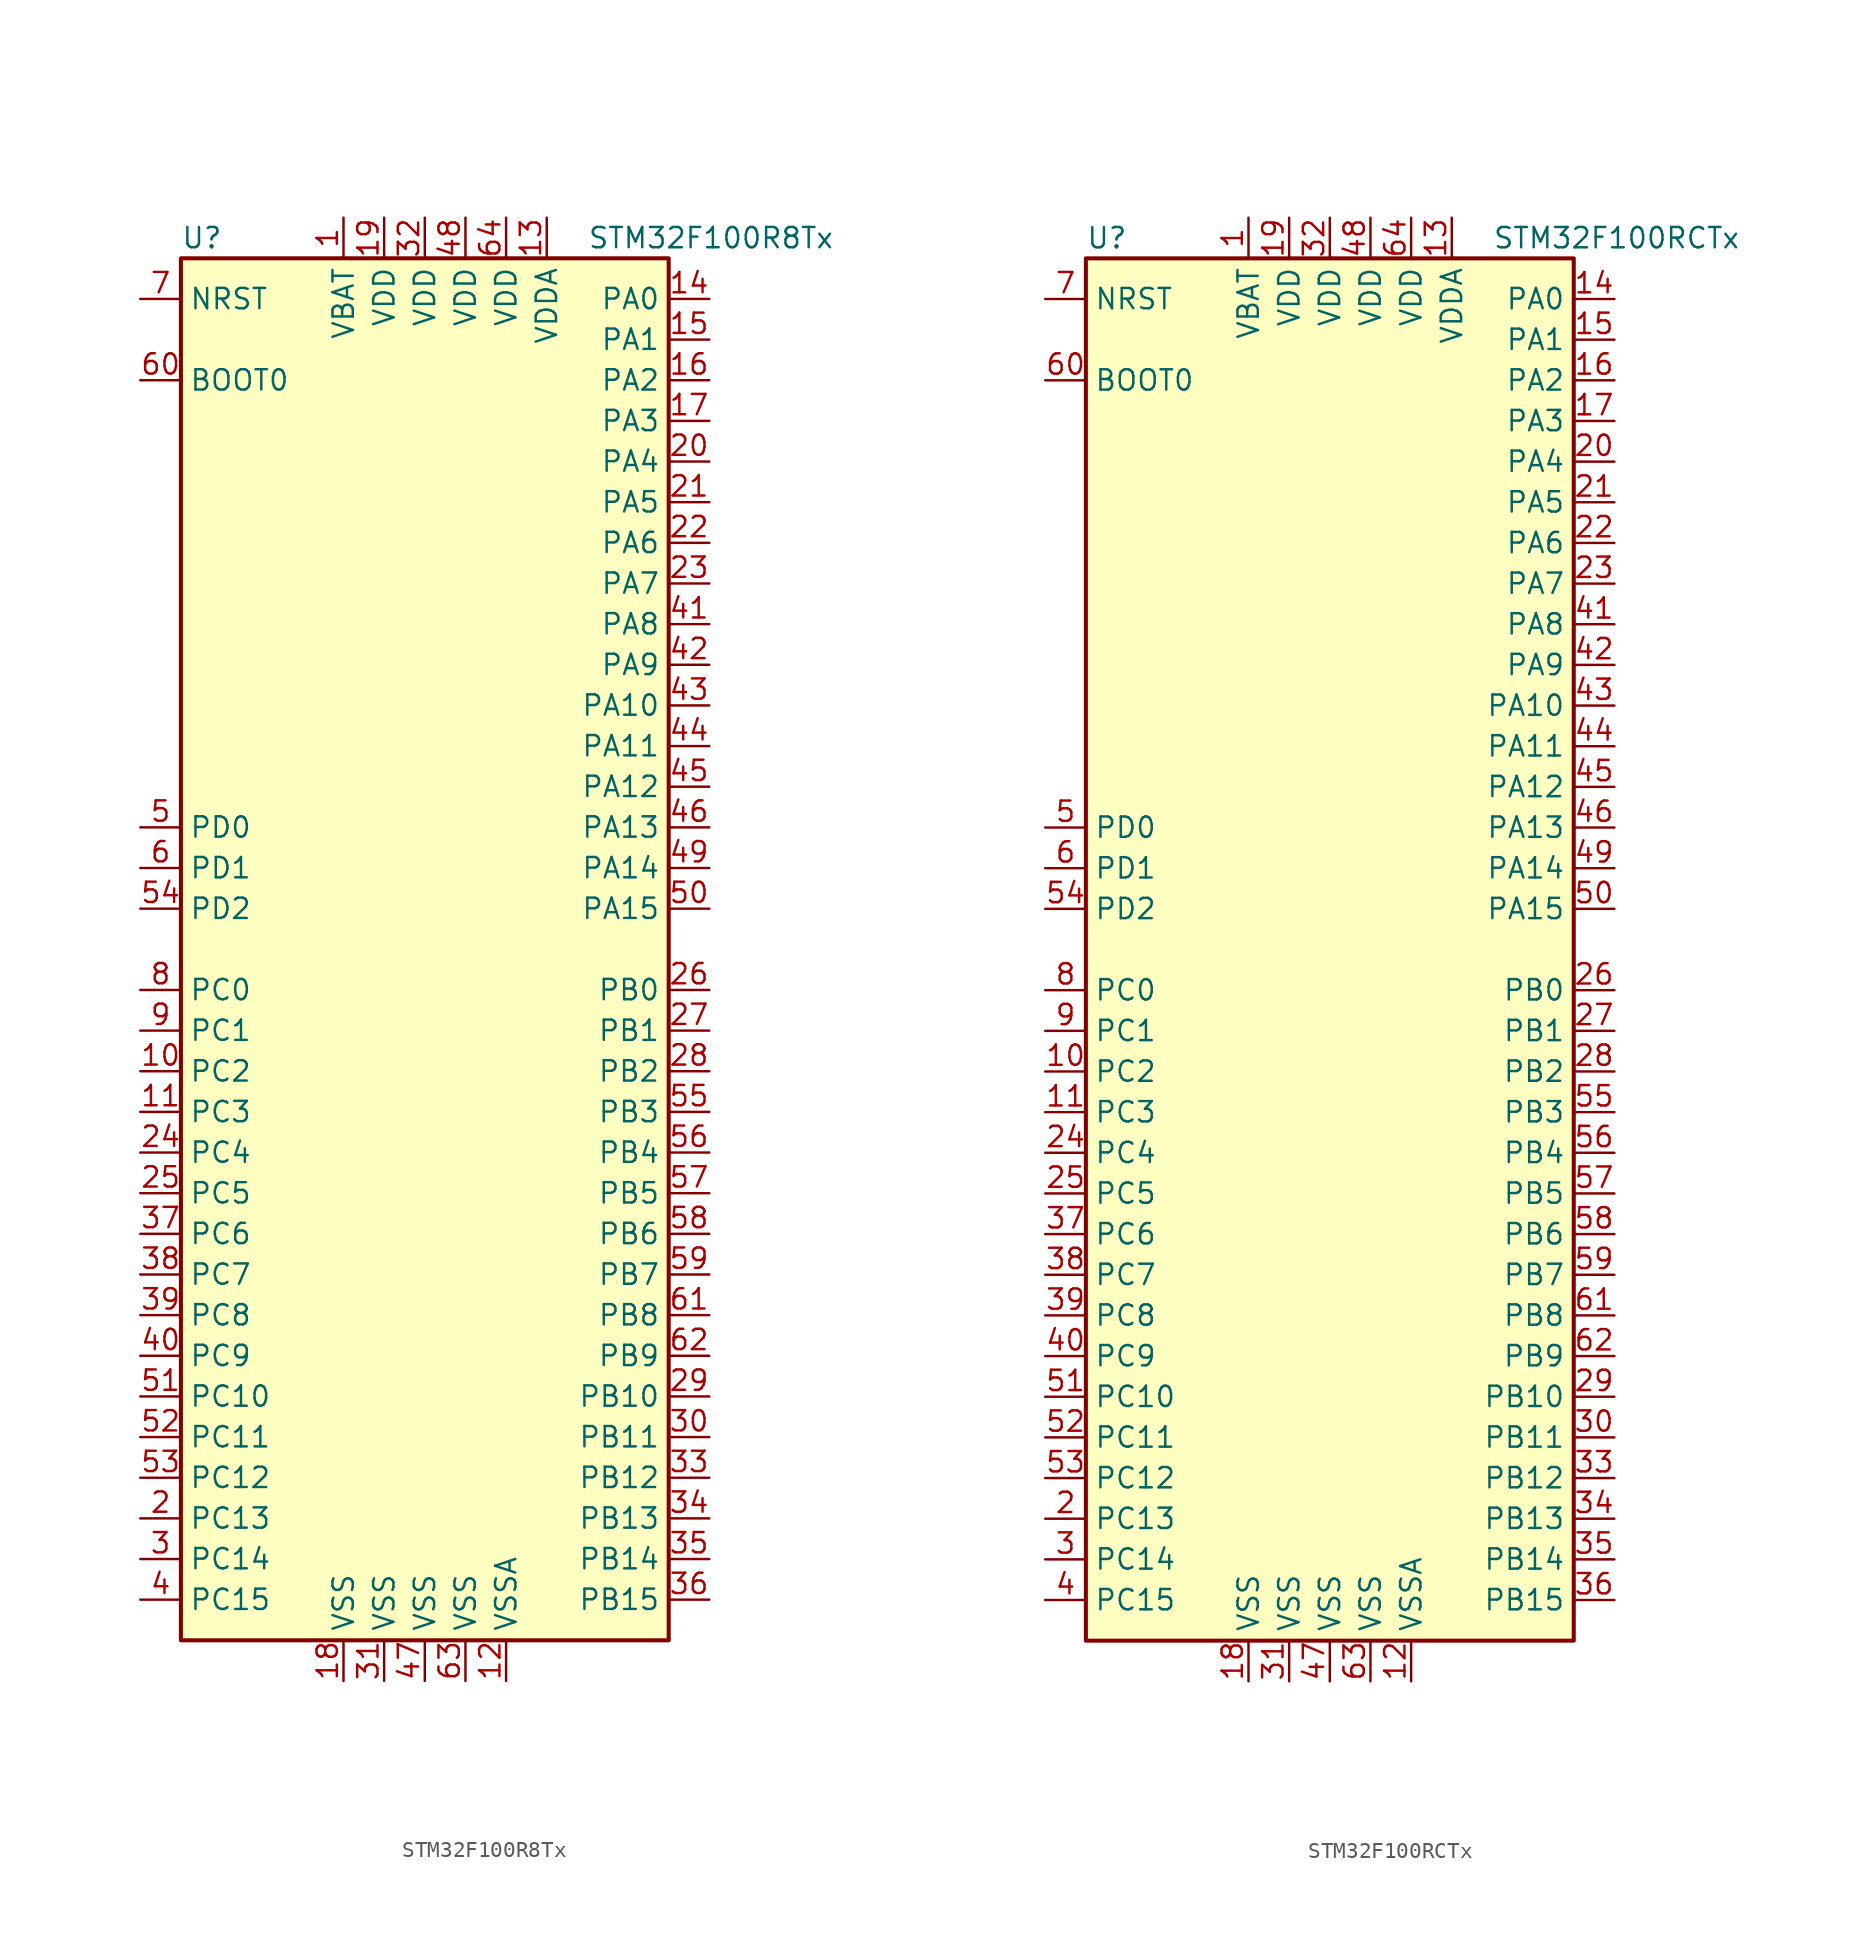
<source format=kicad_sym>
(kicad_symbol_lib
  (version 20211014)
  (generator kicad_symbol_editor)
  (symbol "STM32F100R8Tx"
    (property "Reference" "U"
      (at -15.24 44.45 0)
      (effects (font (size 1.27 1.27)) (justify left)))
    (property "Value" "STM32F100R8Tx"
      (at 10.16 44.45 0)
      (effects (font (size 1.27 1.27)) (justify left)))
    (symbol "STM32F100R8Tx_0_1"
      (rectangle (start -15.24 -43.18) (end 15.24 43.18) (stroke (width 0.254) (type default) (color 0 0 0 0)) (fill (type background))))
    (symbol "STM32F100R8Tx_1_1"
      (pin power_in line (at -5.08 45.72 270) (length 2.54) (name "VBAT" (effects (font (size 1.27 1.27)))) (number "1" (effects (font (size 1.27 1.27)))))
      (pin bidirectional line (at -17.78 -7.62 0) (length 2.54) (name "PC2" (effects (font (size 1.27 1.27)))) (number "10" (effects (font (size 1.27 1.27)))))
      (pin bidirectional line (at -17.78 -10.16 0) (length 2.54) (name "PC3" (effects (font (size 1.27 1.27)))) (number "11" (effects (font (size 1.27 1.27)))))
      (pin power_in line (at 5.08 -45.72 90) (length 2.54) (name "VSSA" (effects (font (size 1.27 1.27)))) (number "12" (effects (font (size 1.27 1.27)))))
      (pin power_in line (at 7.62 45.72 270) (length 2.54) (name "VDDA" (effects (font (size 1.27 1.27)))) (number "13" (effects (font (size 1.27 1.27)))))
      (pin bidirectional line (at 17.78 40.64 180) (length 2.54) (name "PA0" (effects (font (size 1.27 1.27)))) (number "14" (effects (font (size 1.27 1.27)))))
      (pin bidirectional line (at 17.78 38.1 180) (length 2.54) (name "PA1" (effects (font (size 1.27 1.27)))) (number "15" (effects (font (size 1.27 1.27)))))
      (pin bidirectional line (at 17.78 35.56 180) (length 2.54) (name "PA2" (effects (font (size 1.27 1.27)))) (number "16" (effects (font (size 1.27 1.27)))))
      (pin bidirectional line (at 17.78 33.02 180) (length 2.54) (name "PA3" (effects (font (size 1.27 1.27)))) (number "17" (effects (font (size 1.27 1.27)))))
      (pin power_in line (at -5.08 -45.72 90) (length 2.54) (name "VSS" (effects (font (size 1.27 1.27)))) (number "18" (effects (font (size 1.27 1.27)))))
      (pin power_in line (at -2.54 45.72 270) (length 2.54) (name "VDD" (effects (font (size 1.27 1.27)))) (number "19" (effects (font (size 1.27 1.27)))))
      (pin bidirectional line (at -17.78 -35.56 0) (length 2.54) (name "PC13" (effects (font (size 1.27 1.27)))) (number "2" (effects (font (size 1.27 1.27)))))
      (pin bidirectional line (at 17.78 30.48 180) (length 2.54) (name "PA4" (effects (font (size 1.27 1.27)))) (number "20" (effects (font (size 1.27 1.27)))))
      (pin bidirectional line (at 17.78 27.94 180) (length 2.54) (name "PA5" (effects (font (size 1.27 1.27)))) (number "21" (effects (font (size 1.27 1.27)))))
      (pin bidirectional line (at 17.78 25.4 180) (length 2.54) (name "PA6" (effects (font (size 1.27 1.27)))) (number "22" (effects (font (size 1.27 1.27)))))
      (pin bidirectional line (at 17.78 22.86 180) (length 2.54) (name "PA7" (effects (font (size 1.27 1.27)))) (number "23" (effects (font (size 1.27 1.27)))))
      (pin bidirectional line (at -17.78 -12.7 0) (length 2.54) (name "PC4" (effects (font (size 1.27 1.27)))) (number "24" (effects (font (size 1.27 1.27)))))
      (pin bidirectional line (at -17.78 -15.24 0) (length 2.54) (name "PC5" (effects (font (size 1.27 1.27)))) (number "25" (effects (font (size 1.27 1.27)))))
      (pin bidirectional line (at 17.78 -2.54 180) (length 2.54) (name "PB0" (effects (font (size 1.27 1.27)))) (number "26" (effects (font (size 1.27 1.27)))))
      (pin bidirectional line (at 17.78 -5.08 180) (length 2.54) (name "PB1" (effects (font (size 1.27 1.27)))) (number "27" (effects (font (size 1.27 1.27)))))
      (pin bidirectional line (at 17.78 -7.62 180) (length 2.54) (name "PB2" (effects (font (size 1.27 1.27)))) (number "28" (effects (font (size 1.27 1.27)))))
      (pin bidirectional line (at 17.78 -27.94 180) (length 2.54) (name "PB10" (effects (font (size 1.27 1.27)))) (number "29" (effects (font (size 1.27 1.27)))))
      (pin bidirectional line (at -17.78 -38.1 0) (length 2.54) (name "PC14" (effects (font (size 1.27 1.27)))) (number "3" (effects (font (size 1.27 1.27)))))
      (pin bidirectional line (at 17.78 -30.48 180) (length 2.54) (name "PB11" (effects (font (size 1.27 1.27)))) (number "30" (effects (font (size 1.27 1.27)))))
      (pin power_in line (at -2.54 -45.72 90) (length 2.54) (name "VSS" (effects (font (size 1.27 1.27)))) (number "31" (effects (font (size 1.27 1.27)))))
      (pin power_in line (at 0 45.72 270) (length 2.54) (name "VDD" (effects (font (size 1.27 1.27)))) (number "32" (effects (font (size 1.27 1.27)))))
      (pin bidirectional line (at 17.78 -33.02 180) (length 2.54) (name "PB12" (effects (font (size 1.27 1.27)))) (number "33" (effects (font (size 1.27 1.27)))))
      (pin bidirectional line (at 17.78 -35.56 180) (length 2.54) (name "PB13" (effects (font (size 1.27 1.27)))) (number "34" (effects (font (size 1.27 1.27)))))
      (pin bidirectional line (at 17.78 -38.1 180) (length 2.54) (name "PB14" (effects (font (size 1.27 1.27)))) (number "35" (effects (font (size 1.27 1.27)))))
      (pin bidirectional line (at 17.78 -40.64 180) (length 2.54) (name "PB15" (effects (font (size 1.27 1.27)))) (number "36" (effects (font (size 1.27 1.27)))))
      (pin bidirectional line (at -17.78 -17.78 0) (length 2.54) (name "PC6" (effects (font (size 1.27 1.27)))) (number "37" (effects (font (size 1.27 1.27)))))
      (pin bidirectional line (at -17.78 -20.32 0) (length 2.54) (name "PC7" (effects (font (size 1.27 1.27)))) (number "38" (effects (font (size 1.27 1.27)))))
      (pin bidirectional line (at -17.78 -22.86 0) (length 2.54) (name "PC8" (effects (font (size 1.27 1.27)))) (number "39" (effects (font (size 1.27 1.27)))))
      (pin bidirectional line (at -17.78 -40.64 0) (length 2.54) (name "PC15" (effects (font (size 1.27 1.27)))) (number "4" (effects (font (size 1.27 1.27)))))
      (pin bidirectional line (at -17.78 -25.4 0) (length 2.54) (name "PC9" (effects (font (size 1.27 1.27)))) (number "40" (effects (font (size 1.27 1.27)))))
      (pin bidirectional line (at 17.78 20.32 180) (length 2.54) (name "PA8" (effects (font (size 1.27 1.27)))) (number "41" (effects (font (size 1.27 1.27)))))
      (pin bidirectional line (at 17.78 17.78 180) (length 2.54) (name "PA9" (effects (font (size 1.27 1.27)))) (number "42" (effects (font (size 1.27 1.27)))))
      (pin bidirectional line (at 17.78 15.24 180) (length 2.54) (name "PA10" (effects (font (size 1.27 1.27)))) (number "43" (effects (font (size 1.27 1.27)))))
      (pin bidirectional line (at 17.78 12.7 180) (length 2.54) (name "PA11" (effects (font (size 1.27 1.27)))) (number "44" (effects (font (size 1.27 1.27)))))
      (pin bidirectional line (at 17.78 10.16 180) (length 2.54) (name "PA12" (effects (font (size 1.27 1.27)))) (number "45" (effects (font (size 1.27 1.27)))))
      (pin bidirectional line (at 17.78 7.62 180) (length 2.54) (name "PA13" (effects (font (size 1.27 1.27)))) (number "46" (effects (font (size 1.27 1.27)))))
      (pin power_in line (at 0 -45.72 90) (length 2.54) (name "VSS" (effects (font (size 1.27 1.27)))) (number "47" (effects (font (size 1.27 1.27)))))
      (pin power_in line (at 2.54 45.72 270) (length 2.54) (name "VDD" (effects (font (size 1.27 1.27)))) (number "48" (effects (font (size 1.27 1.27)))))
      (pin bidirectional line (at 17.78 5.08 180) (length 2.54) (name "PA14" (effects (font (size 1.27 1.27)))) (number "49" (effects (font (size 1.27 1.27)))))
      (pin input line (at -17.78 7.62 0) (length 2.54) (name "PD0" (effects (font (size 1.27 1.27)))) (number "5" (effects (font (size 1.27 1.27)))))
      (pin bidirectional line (at 17.78 2.54 180) (length 2.54) (name "PA15" (effects (font (size 1.27 1.27)))) (number "50" (effects (font (size 1.27 1.27)))))
      (pin bidirectional line (at -17.78 -27.94 0) (length 2.54) (name "PC10" (effects (font (size 1.27 1.27)))) (number "51" (effects (font (size 1.27 1.27)))))
      (pin bidirectional line (at -17.78 -30.48 0) (length 2.54) (name "PC11" (effects (font (size 1.27 1.27)))) (number "52" (effects (font (size 1.27 1.27)))))
      (pin bidirectional line (at -17.78 -33.02 0) (length 2.54) (name "PC12" (effects (font (size 1.27 1.27)))) (number "53" (effects (font (size 1.27 1.27)))))
      (pin bidirectional line (at -17.78 2.54 0) (length 2.54) (name "PD2" (effects (font (size 1.27 1.27)))) (number "54" (effects (font (size 1.27 1.27)))))
      (pin bidirectional line (at 17.78 -10.16 180) (length 2.54) (name "PB3" (effects (font (size 1.27 1.27)))) (number "55" (effects (font (size 1.27 1.27)))))
      (pin bidirectional line (at 17.78 -12.7 180) (length 2.54) (name "PB4" (effects (font (size 1.27 1.27)))) (number "56" (effects (font (size 1.27 1.27)))))
      (pin bidirectional line (at 17.78 -15.24 180) (length 2.54) (name "PB5" (effects (font (size 1.27 1.27)))) (number "57" (effects (font (size 1.27 1.27)))))
      (pin bidirectional line (at 17.78 -17.78 180) (length 2.54) (name "PB6" (effects (font (size 1.27 1.27)))) (number "58" (effects (font (size 1.27 1.27)))))
      (pin bidirectional line (at 17.78 -20.32 180) (length 2.54) (name "PB7" (effects (font (size 1.27 1.27)))) (number "59" (effects (font (size 1.27 1.27)))))
      (pin input line (at -17.78 5.08 0) (length 2.54) (name "PD1" (effects (font (size 1.27 1.27)))) (number "6" (effects (font (size 1.27 1.27)))))
      (pin input line (at -17.78 35.56 0) (length 2.54) (name "BOOT0" (effects (font (size 1.27 1.27)))) (number "60" (effects (font (size 1.27 1.27)))))
      (pin bidirectional line (at 17.78 -22.86 180) (length 2.54) (name "PB8" (effects (font (size 1.27 1.27)))) (number "61" (effects (font (size 1.27 1.27)))))
      (pin bidirectional line (at 17.78 -25.4 180) (length 2.54) (name "PB9" (effects (font (size 1.27 1.27)))) (number "62" (effects (font (size 1.27 1.27)))))
      (pin power_in line (at 2.54 -45.72 90) (length 2.54) (name "VSS" (effects (font (size 1.27 1.27)))) (number "63" (effects (font (size 1.27 1.27)))))
      (pin power_in line (at 5.08 45.72 270) (length 2.54) (name "VDD" (effects (font (size 1.27 1.27)))) (number "64" (effects (font (size 1.27 1.27)))))
      (pin input line (at -17.78 40.64 0) (length 2.54) (name "NRST" (effects (font (size 1.27 1.27)))) (number "7" (effects (font (size 1.27 1.27)))))
      (pin bidirectional line (at -17.78 -2.54 0) (length 2.54) (name "PC0" (effects (font (size 1.27 1.27)))) (number "8" (effects (font (size 1.27 1.27)))))
      (pin bidirectional line (at -17.78 -5.08 0) (length 2.54) (name "PC1" (effects (font (size 1.27 1.27)))) (number "9" (effects (font (size 1.27 1.27)))))))
  (symbol "STM32F100RCTx"
    (property "Reference" "U"
      (at -15.24 44.45 0)
      (effects (font (size 1.27 1.27)) (justify left)))
    (property "Value" "STM32F100RCTx"
      (at 10.16 44.45 0)
      (effects (font (size 1.27 1.27)) (justify left)))
    (symbol "STM32F100RCTx_0_1"
      (rectangle (start -15.24 -43.18) (end 15.24 43.18) (stroke (width 0.254) (type default) (color 0 0 0 0)) (fill (type background))))
    (symbol "STM32F100RCTx_1_1"
      (pin power_in line (at -5.08 45.72 270) (length 2.54) (name "VBAT" (effects (font (size 1.27 1.27)))) (number "1" (effects (font (size 1.27 1.27)))))
      (pin bidirectional line (at -17.78 -7.62 0) (length 2.54) (name "PC2" (effects (font (size 1.27 1.27)))) (number "10" (effects (font (size 1.27 1.27)))))
      (pin bidirectional line (at -17.78 -10.16 0) (length 2.54) (name "PC3" (effects (font (size 1.27 1.27)))) (number "11" (effects (font (size 1.27 1.27)))))
      (pin power_in line (at 5.08 -45.72 90) (length 2.54) (name "VSSA" (effects (font (size 1.27 1.27)))) (number "12" (effects (font (size 1.27 1.27)))))
      (pin power_in line (at 7.62 45.72 270) (length 2.54) (name "VDDA" (effects (font (size 1.27 1.27)))) (number "13" (effects (font (size 1.27 1.27)))))
      (pin bidirectional line (at 17.78 40.64 180) (length 2.54) (name "PA0" (effects (font (size 1.27 1.27)))) (number "14" (effects (font (size 1.27 1.27)))))
      (pin bidirectional line (at 17.78 38.1 180) (length 2.54) (name "PA1" (effects (font (size 1.27 1.27)))) (number "15" (effects (font (size 1.27 1.27)))))
      (pin bidirectional line (at 17.78 35.56 180) (length 2.54) (name "PA2" (effects (font (size 1.27 1.27)))) (number "16" (effects (font (size 1.27 1.27)))))
      (pin bidirectional line (at 17.78 33.02 180) (length 2.54) (name "PA3" (effects (font (size 1.27 1.27)))) (number "17" (effects (font (size 1.27 1.27)))))
      (pin power_in line (at -5.08 -45.72 90) (length 2.54) (name "VSS" (effects (font (size 1.27 1.27)))) (number "18" (effects (font (size 1.27 1.27)))))
      (pin power_in line (at -2.54 45.72 270) (length 2.54) (name "VDD" (effects (font (size 1.27 1.27)))) (number "19" (effects (font (size 1.27 1.27)))))
      (pin bidirectional line (at -17.78 -35.56 0) (length 2.54) (name "PC13" (effects (font (size 1.27 1.27)))) (number "2" (effects (font (size 1.27 1.27)))))
      (pin bidirectional line (at 17.78 30.48 180) (length 2.54) (name "PA4" (effects (font (size 1.27 1.27)))) (number "20" (effects (font (size 1.27 1.27)))))
      (pin bidirectional line (at 17.78 27.94 180) (length 2.54) (name "PA5" (effects (font (size 1.27 1.27)))) (number "21" (effects (font (size 1.27 1.27)))))
      (pin bidirectional line (at 17.78 25.4 180) (length 2.54) (name "PA6" (effects (font (size 1.27 1.27)))) (number "22" (effects (font (size 1.27 1.27)))))
      (pin bidirectional line (at 17.78 22.86 180) (length 2.54) (name "PA7" (effects (font (size 1.27 1.27)))) (number "23" (effects (font (size 1.27 1.27)))))
      (pin bidirectional line (at -17.78 -12.7 0) (length 2.54) (name "PC4" (effects (font (size 1.27 1.27)))) (number "24" (effects (font (size 1.27 1.27)))))
      (pin bidirectional line (at -17.78 -15.24 0) (length 2.54) (name "PC5" (effects (font (size 1.27 1.27)))) (number "25" (effects (font (size 1.27 1.27)))))
      (pin bidirectional line (at 17.78 -2.54 180) (length 2.54) (name "PB0" (effects (font (size 1.27 1.27)))) (number "26" (effects (font (size 1.27 1.27)))))
      (pin bidirectional line (at 17.78 -5.08 180) (length 2.54) (name "PB1" (effects (font (size 1.27 1.27)))) (number "27" (effects (font (size 1.27 1.27)))))
      (pin bidirectional line (at 17.78 -7.62 180) (length 2.54) (name "PB2" (effects (font (size 1.27 1.27)))) (number "28" (effects (font (size 1.27 1.27)))))
      (pin bidirectional line (at 17.78 -27.94 180) (length 2.54) (name "PB10" (effects (font (size 1.27 1.27)))) (number "29" (effects (font (size 1.27 1.27)))))
      (pin bidirectional line (at -17.78 -38.1 0) (length 2.54) (name "PC14" (effects (font (size 1.27 1.27)))) (number "3" (effects (font (size 1.27 1.27)))))
      (pin bidirectional line (at 17.78 -30.48 180) (length 2.54) (name "PB11" (effects (font (size 1.27 1.27)))) (number "30" (effects (font (size 1.27 1.27)))))
      (pin power_in line (at -2.54 -45.72 90) (length 2.54) (name "VSS" (effects (font (size 1.27 1.27)))) (number "31" (effects (font (size 1.27 1.27)))))
      (pin power_in line (at 0 45.72 270) (length 2.54) (name "VDD" (effects (font (size 1.27 1.27)))) (number "32" (effects (font (size 1.27 1.27)))))
      (pin bidirectional line (at 17.78 -33.02 180) (length 2.54) (name "PB12" (effects (font (size 1.27 1.27)))) (number "33" (effects (font (size 1.27 1.27)))))
      (pin bidirectional line (at 17.78 -35.56 180) (length 2.54) (name "PB13" (effects (font (size 1.27 1.27)))) (number "34" (effects (font (size 1.27 1.27)))))
      (pin bidirectional line (at 17.78 -38.1 180) (length 2.54) (name "PB14" (effects (font (size 1.27 1.27)))) (number "35" (effects (font (size 1.27 1.27)))))
      (pin bidirectional line (at 17.78 -40.64 180) (length 2.54) (name "PB15" (effects (font (size 1.27 1.27)))) (number "36" (effects (font (size 1.27 1.27)))))
      (pin bidirectional line (at -17.78 -17.78 0) (length 2.54) (name "PC6" (effects (font (size 1.27 1.27)))) (number "37" (effects (font (size 1.27 1.27)))))
      (pin bidirectional line (at -17.78 -20.32 0) (length 2.54) (name "PC7" (effects (font (size 1.27 1.27)))) (number "38" (effects (font (size 1.27 1.27)))))
      (pin bidirectional line (at -17.78 -22.86 0) (length 2.54) (name "PC8" (effects (font (size 1.27 1.27)))) (number "39" (effects (font (size 1.27 1.27)))))
      (pin bidirectional line (at -17.78 -40.64 0) (length 2.54) (name "PC15" (effects (font (size 1.27 1.27)))) (number "4" (effects (font (size 1.27 1.27)))))
      (pin bidirectional line (at -17.78 -25.4 0) (length 2.54) (name "PC9" (effects (font (size 1.27 1.27)))) (number "40" (effects (font (size 1.27 1.27)))))
      (pin bidirectional line (at 17.78 20.32 180) (length 2.54) (name "PA8" (effects (font (size 1.27 1.27)))) (number "41" (effects (font (size 1.27 1.27)))))
      (pin bidirectional line (at 17.78 17.78 180) (length 2.54) (name "PA9" (effects (font (size 1.27 1.27)))) (number "42" (effects (font (size 1.27 1.27)))))
      (pin bidirectional line (at 17.78 15.24 180) (length 2.54) (name "PA10" (effects (font (size 1.27 1.27)))) (number "43" (effects (font (size 1.27 1.27)))))
      (pin bidirectional line (at 17.78 12.7 180) (length 2.54) (name "PA11" (effects (font (size 1.27 1.27)))) (number "44" (effects (font (size 1.27 1.27)))))
      (pin bidirectional line (at 17.78 10.16 180) (length 2.54) (name "PA12" (effects (font (size 1.27 1.27)))) (number "45" (effects (font (size 1.27 1.27)))))
      (pin bidirectional line (at 17.78 7.62 180) (length 2.54) (name "PA13" (effects (font (size 1.27 1.27)))) (number "46" (effects (font (size 1.27 1.27)))))
      (pin power_in line (at 0 -45.72 90) (length 2.54) (name "VSS" (effects (font (size 1.27 1.27)))) (number "47" (effects (font (size 1.27 1.27)))))
      (pin power_in line (at 2.54 45.72 270) (length 2.54) (name "VDD" (effects (font (size 1.27 1.27)))) (number "48" (effects (font (size 1.27 1.27)))))
      (pin bidirectional line (at 17.78 5.08 180) (length 2.54) (name "PA14" (effects (font (size 1.27 1.27)))) (number "49" (effects (font (size 1.27 1.27)))))
      (pin input line (at -17.78 7.62 0) (length 2.54) (name "PD0" (effects (font (size 1.27 1.27)))) (number "5" (effects (font (size 1.27 1.27)))))
      (pin bidirectional line (at 17.78 2.54 180) (length 2.54) (name "PA15" (effects (font (size 1.27 1.27)))) (number "50" (effects (font (size 1.27 1.27)))))
      (pin bidirectional line (at -17.78 -27.94 0) (length 2.54) (name "PC10" (effects (font (size 1.27 1.27)))) (number "51" (effects (font (size 1.27 1.27)))))
      (pin bidirectional line (at -17.78 -30.48 0) (length 2.54) (name "PC11" (effects (font (size 1.27 1.27)))) (number "52" (effects (font (size 1.27 1.27)))))
      (pin bidirectional line (at -17.78 -33.02 0) (length 2.54) (name "PC12" (effects (font (size 1.27 1.27)))) (number "53" (effects (font (size 1.27 1.27)))))
      (pin bidirectional line (at -17.78 2.54 0) (length 2.54) (name "PD2" (effects (font (size 1.27 1.27)))) (number "54" (effects (font (size 1.27 1.27)))))
      (pin bidirectional line (at 17.78 -10.16 180) (length 2.54) (name "PB3" (effects (font (size 1.27 1.27)))) (number "55" (effects (font (size 1.27 1.27)))))
      (pin bidirectional line (at 17.78 -12.7 180) (length 2.54) (name "PB4" (effects (font (size 1.27 1.27)))) (number "56" (effects (font (size 1.27 1.27)))))
      (pin bidirectional line (at 17.78 -15.24 180) (length 2.54) (name "PB5" (effects (font (size 1.27 1.27)))) (number "57" (effects (font (size 1.27 1.27)))))
      (pin bidirectional line (at 17.78 -17.78 180) (length 2.54) (name "PB6" (effects (font (size 1.27 1.27)))) (number "58" (effects (font (size 1.27 1.27)))))
      (pin bidirectional line (at 17.78 -20.32 180) (length 2.54) (name "PB7" (effects (font (size 1.27 1.27)))) (number "59" (effects (font (size 1.27 1.27)))))
      (pin input line (at -17.78 5.08 0) (length 2.54) (name "PD1" (effects (font (size 1.27 1.27)))) (number "6" (effects (font (size 1.27 1.27)))))
      (pin input line (at -17.78 35.56 0) (length 2.54) (name "BOOT0" (effects (font (size 1.27 1.27)))) (number "60" (effects (font (size 1.27 1.27)))))
      (pin bidirectional line (at 17.78 -22.86 180) (length 2.54) (name "PB8" (effects (font (size 1.27 1.27)))) (number "61" (effects (font (size 1.27 1.27)))))
      (pin bidirectional line (at 17.78 -25.4 180) (length 2.54) (name "PB9" (effects (font (size 1.27 1.27)))) (number "62" (effects (font (size 1.27 1.27)))))
      (pin power_in line (at 2.54 -45.72 90) (length 2.54) (name "VSS" (effects (font (size 1.27 1.27)))) (number "63" (effects (font (size 1.27 1.27)))))
      (pin power_in line (at 5.08 45.72 270) (length 2.54) (name "VDD" (effects (font (size 1.27 1.27)))) (number "64" (effects (font (size 1.27 1.27)))))
      (pin input line (at -17.78 40.64 0) (length 2.54) (name "NRST" (effects (font (size 1.27 1.27)))) (number "7" (effects (font (size 1.27 1.27)))))
      (pin bidirectional line (at -17.78 -2.54 0) (length 2.54) (name "PC0" (effects (font (size 1.27 1.27)))) (number "8" (effects (font (size 1.27 1.27)))))
      (pin bidirectional line (at -17.78 -5.08 0) (length 2.54) (name "PC1" (effects (font (size 1.27 1.27)))) (number "9" (effects (font (size 1.27 1.27))))))))
</source>
